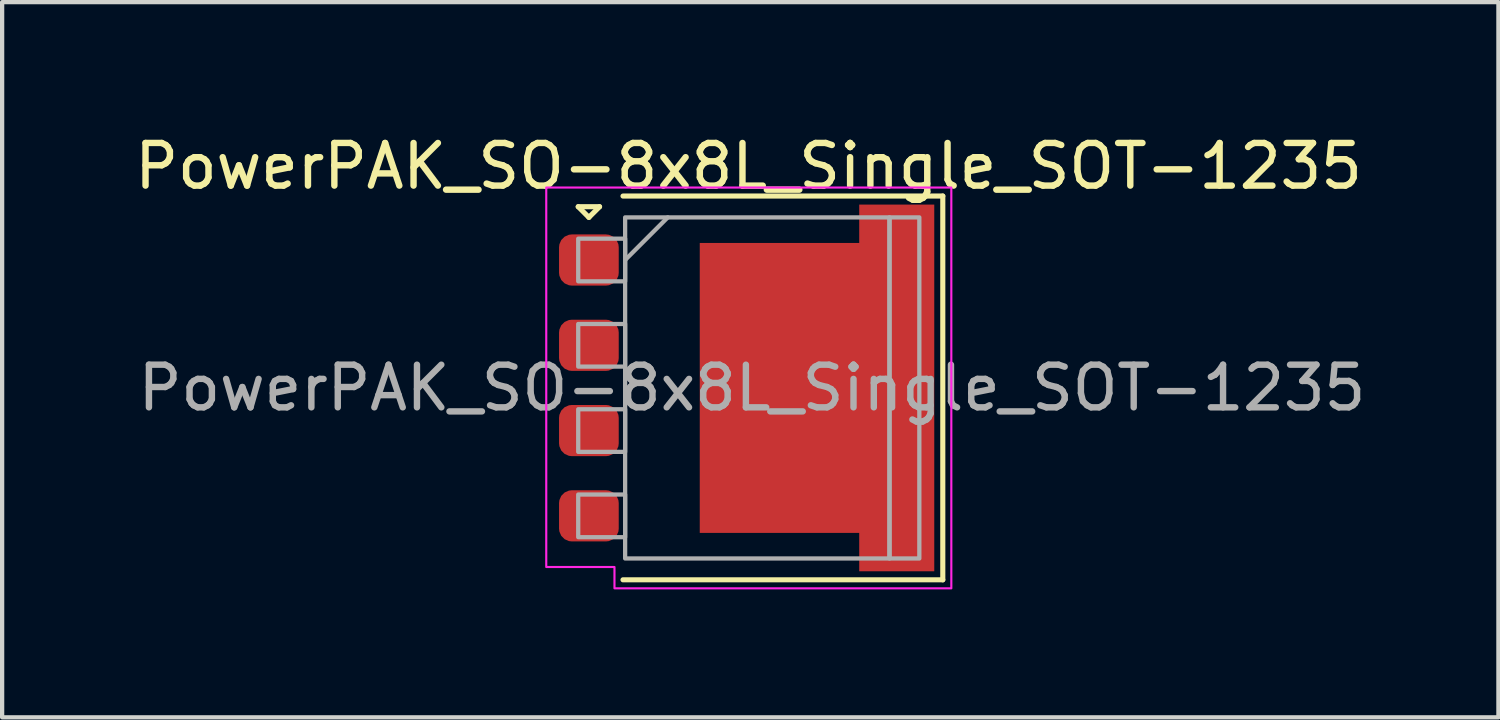
<source format=kicad_pcb>
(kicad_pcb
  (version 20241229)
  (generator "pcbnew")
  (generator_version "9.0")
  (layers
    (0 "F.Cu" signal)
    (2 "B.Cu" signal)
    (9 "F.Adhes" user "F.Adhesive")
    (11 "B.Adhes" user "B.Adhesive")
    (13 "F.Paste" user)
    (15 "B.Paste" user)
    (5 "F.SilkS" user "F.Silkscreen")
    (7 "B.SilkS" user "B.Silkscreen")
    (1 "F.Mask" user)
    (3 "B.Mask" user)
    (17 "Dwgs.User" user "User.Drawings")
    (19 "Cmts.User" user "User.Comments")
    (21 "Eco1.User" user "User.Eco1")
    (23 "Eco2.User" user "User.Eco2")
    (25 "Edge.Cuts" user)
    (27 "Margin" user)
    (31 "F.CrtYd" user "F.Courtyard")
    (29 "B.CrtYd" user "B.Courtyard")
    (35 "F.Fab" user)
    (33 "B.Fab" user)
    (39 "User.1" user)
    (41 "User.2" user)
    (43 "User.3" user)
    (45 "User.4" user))
  (footprint "PowerPAK_SO-8x8L_Single_SOT-1235"
    (layer "F.Cu")
    (at 14.586 6.048)
    (property "Reference" "PowerPAK_SO-8x8L_Single_SOT-1235" (at -0.08 -5.2 0) (layer "F.SilkS") (effects (font (size 1 1) (thickness 0.15))))
    (attr smd)
    (fp_line (start -4.075 -4.25) (end -3.575 -4.25) (stroke (width 0.12) (type default)) (layer "F.SilkS"))
    (fp_line (start -3.825 -4) (end -4.075 -4.25) (stroke (width 0.12) (type default)) (layer "F.SilkS"))
    (fp_line (start -3.575 -4.25) (end -3.825 -4) (stroke (width 0.12) (type default)) (layer "F.SilkS"))
    (fp_line (start -3.025 -4.5) (end 4.475 -4.5) (stroke (width 0.12) (type solid)) (layer "F.SilkS"))
    (fp_line (start -3.025 4.5) (end 4.475 4.5) (stroke (width 0.12) (type solid)) (layer "F.SilkS"))
    (fp_line (start 4.475 -4.5) (end 4.475 4.5) (stroke (width 0.12) (type solid)) (layer "F.SilkS"))
    (fp_poly (pts (xy -4.825 -4.7) (xy 4.675 -4.7) (xy 4.675 4.7) (xy -3.225 4.7) (xy -3.225 4.2) (xy -4.825 4.2)) (stroke (width 0.05) (type solid)) (fill no) (layer "F.CrtYd"))
    (fp_line (start -2.975 -3) (end -1.975 -4) (stroke (width 0.1) (type default)) (layer "F.Fab"))
    (fp_rect (start -4.075 -3.5) (end -2.975 -2.5) (stroke (width 0.1) (type default)) (fill no) (layer "F.Fab"))
    (fp_rect (start -4.075 -1.5) (end -2.975 -0.5) (stroke (width 0.1) (type default)) (fill no) (layer "F.Fab"))
    (fp_rect (start -4.075 0.5) (end -2.975 1.5) (stroke (width 0.1) (type default)) (fill no) (layer "F.Fab"))
    (fp_rect (start -4.075 2.5) (end -2.975 3.5) (stroke (width 0.1) (type default)) (fill no) (layer "F.Fab"))
    (fp_rect (start -2.975 -4) (end 3.225 4) (stroke (width 0.1) (type default)) (fill no) (layer "F.Fab"))
    (fp_rect (start 3.225 -4) (end 3.925 4) (stroke (width 0.1) (type default)) (fill no) (layer "F.Fab"))
    (fp_text user "${REFERENCE}" (at 0 0 0) (layer "F.Fab") (effects (font (size 1 1) (thickness 0.15))))
    (pad "" smd roundrect (at -0.55 -2.25) (size 1.15 2.05) (layers "F.Paste") (roundrect_rratio 0.25))
    (pad "" smd roundrect (at -0.55 0) (size 1.15 2.05) (layers "F.Paste") (roundrect_rratio 0.25))
    (pad "" smd roundrect (at -0.55 2.25) (size 1.15 2.05) (layers "F.Paste") (roundrect_rratio 0.25))
    (pad "" smd roundrect (at 0.8 -2.25) (size 1.15 2.05) (layers "F.Paste") (roundrect_rratio 0.25))
    (pad "" smd roundrect (at 0.8 0) (size 1.15 2.05) (layers "F.Paste") (roundrect_rratio 0.25))
    (pad "" smd roundrect (at 0.8 2.25) (size 1.15 2.05) (layers "F.Paste") (roundrect_rratio 0.25))
    (pad "" smd roundrect (at 2.15 -2.25) (size 1.15 2.05) (layers "F.Paste") (roundrect_rratio 0.25))
    (pad "" smd roundrect (at 2.15 0) (size 1.15 2.05) (layers "F.Paste") (roundrect_rratio 0.25))
    (pad "" smd roundrect (at 2.15 2.25) (size 1.15 2.05) (layers "F.Paste") (roundrect_rratio 0.25))
    (pad "" smd roundrect (at 3.55 -3.55) (size 1.25 1.2) (layers "F.Paste") (roundrect_rratio 0.25))
    (pad "" smd roundrect (at 3.55 0) (size 1.25 0.7) (layers "F.Paste") (roundrect_rratio 0.25))
    (pad "" smd roundrect (at 3.55 3.55) (size 1.25 1.2) (layers "F.Paste") (roundrect_rratio 0.25))
    (pad "" smd roundrect (at 3.825 -1.7) (size 0.7 2.1) (layers "F.Paste") (roundrect_rratio 0.25))
    (pad "" smd roundrect (at 3.825 1.7) (size 0.7 2.1) (layers "F.Paste") (roundrect_rratio 0.25))
    (pad "1" smd roundrect (at -3.825 -3) (size 1.4 1.2) (layers "F.Cu" "F.Mask" "F.Paste") (roundrect_rratio 0.25))
    (pad "2" smd roundrect (at -3.825 -1) (size 1.4 1.2) (layers "F.Cu" "F.Mask" "F.Paste") (roundrect_rratio 0.25))
    (pad "3" smd roundrect (at -3.825 1) (size 1.4 1.2) (layers "F.Cu" "F.Mask" "F.Paste") (roundrect_rratio 0.25))
    (pad "4" smd roundrect (at -3.825 3) (size 1.4 1.2) (layers "F.Cu" "F.Mask" "F.Paste") (roundrect_rratio 0.25))
    (pad "5" smd custom (at 0.645 0) (size 3.74 6.8) (layers "F.Cu" "F.Mask") (options (anchor rect)) (primitives (gr_poly (pts (xy 1.87 3.4) (xy 1.87 4.3) (xy 3.63 4.3) (xy 3.63 -4.3) (xy 1.87 -4.3) (xy 1.87 -3.4)) (width 0) (fill yes)))))
  (gr_rect
    (start -3 -3)
    (end 32.092 13.773)
    (stroke (width 0.1) (type default))
    (fill no)
    (layer "Edge.Cuts")))
</source>
